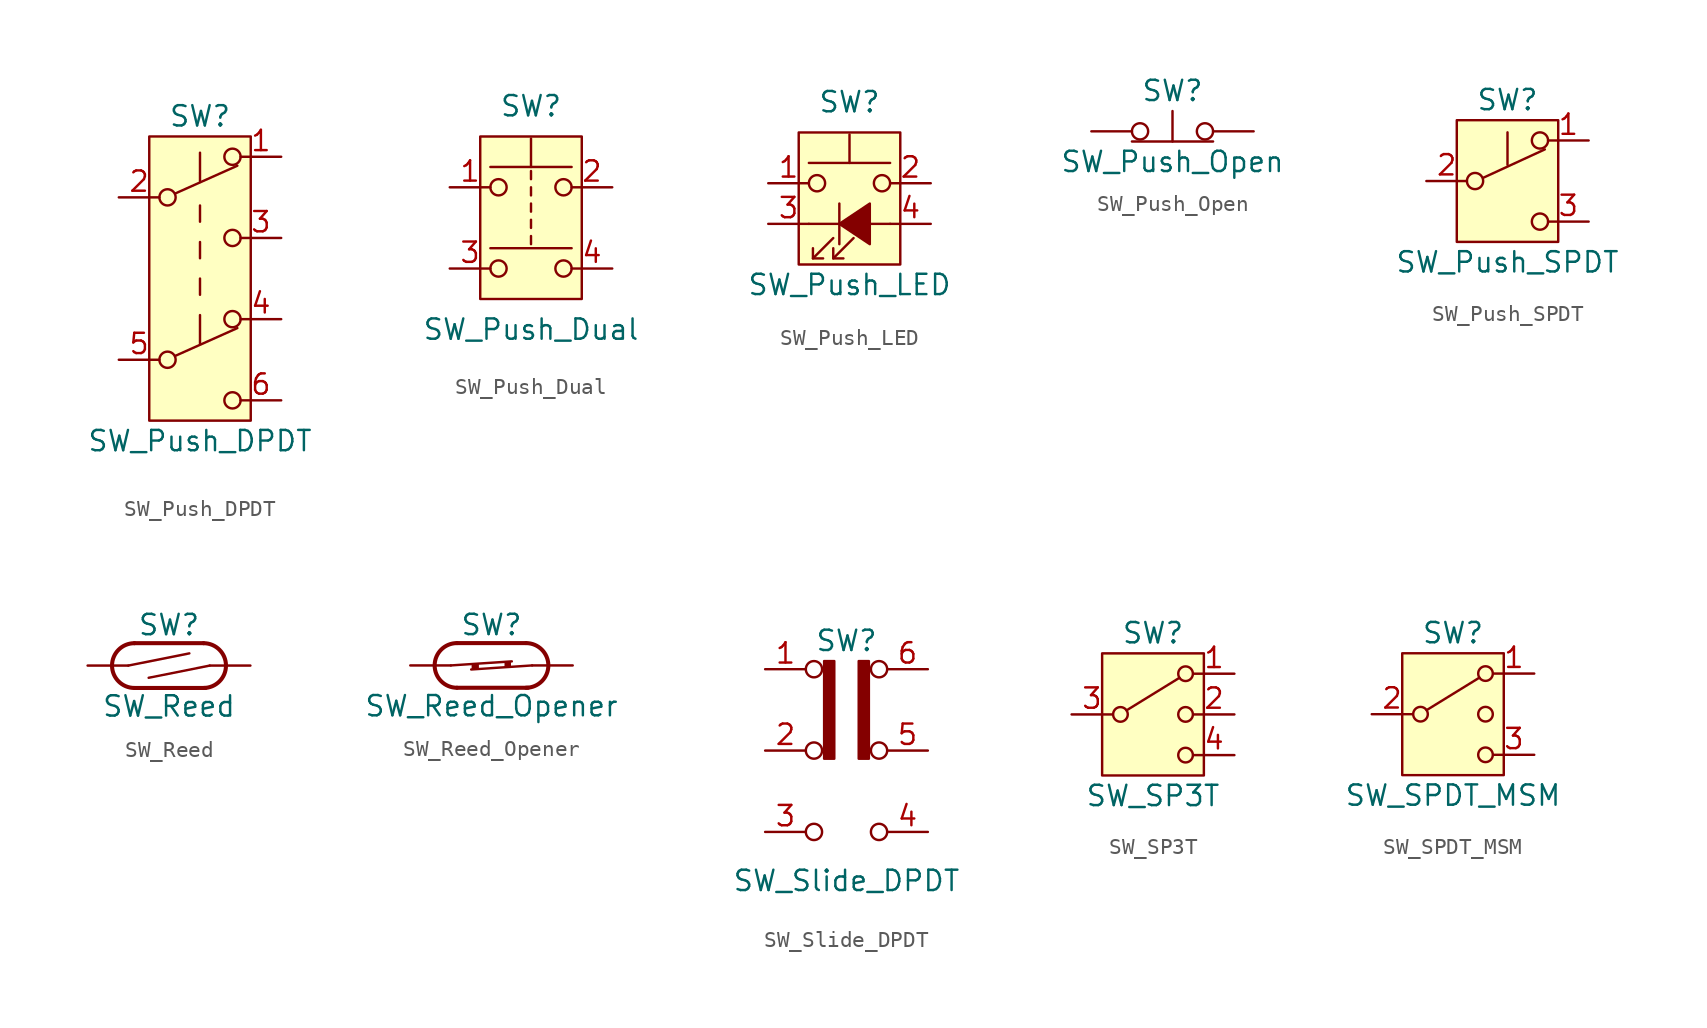
<source format=kicad_sym>
(kicad_symbol_lib
  (version 20231120)
  (generator "kicad_symbol_editor")
  (generator_version "8.0")
  (symbol "SW_Push_DPDT"
    (pin_names
      (offset 0) hide)
    (property "Reference" "SW"
      (at 0 10.16 0)
      (effects (font (size 1.27 1.27))))
    (property "Value" "SW_Push_DPDT"
      (at 0 -10.16 0)
      (effects (font (size 1.27 1.27))))
    (symbol "SW_Push_DPDT_0_0"
      (circle (center -2.032 -5.08) (radius 0.508) (stroke (width 0) (type default)) (fill (type none)))
      (circle (center -2.032 5.08) (radius 0.508) (stroke (width 0) (type default)) (fill (type none)))
      (circle (center 2.032 -7.62) (radius 0.508) (stroke (width 0) (type default)) (fill (type none)))
      (circle (center 2.032 2.54) (radius 0.508) (stroke (width 0) (type default)) (fill (type none))))
    (symbol "SW_Push_DPDT_0_1"
      (polyline (pts (xy -1.524 -4.826) (xy 2.337 -3.099)) (stroke (width 0) (type default)) (fill (type none)))
      (polyline (pts (xy -1.524 5.334) (xy 2.337 7.061)) (stroke (width 0) (type default)) (fill (type none)))
      (polyline (pts (xy 0 -2.286) (xy 0 -4.064)) (stroke (width 0) (type default)) (fill (type none)))
      (polyline (pts (xy 0 -1.016) (xy 0 0)) (stroke (width 0) (type default)) (fill (type none)))
      (polyline (pts (xy 0 1.27) (xy 0 2.286)) (stroke (width 0) (type default)) (fill (type none)))
      (polyline (pts (xy 0 3.556) (xy 0 4.572)) (stroke (width 0) (type default)) (fill (type none)))
      (polyline (pts (xy 0 7.874) (xy 0 6.096)) (stroke (width 0) (type default)) (fill (type none)))
      (circle (center 2.032 -2.54) (radius 0.508) (stroke (width 0) (type default)) (fill (type none)))
      (circle (center 2.032 7.62) (radius 0.508) (stroke (width 0) (type default)) (fill (type none))))
    (symbol "SW_Push_DPDT_1_1"
      (rectangle (start -3.175 8.89) (end 3.175 -8.89) (stroke (width 0) (type default)) (fill (type background)))
      (pin passive line (at 5.08 7.62 180) (length 2.54) (name "A" (effects (font (size 1.27 1.27)))) (number "1" (effects (font (size 1.27 1.27)))))
      (pin passive line (at -5.08 5.08 0) (length 2.54) (name "B" (effects (font (size 1.27 1.27)))) (number "2" (effects (font (size 1.27 1.27)))))
      (pin passive line (at 5.08 2.54 180) (length 2.54) (name "C" (effects (font (size 1.27 1.27)))) (number "3" (effects (font (size 1.27 1.27)))))
      (pin passive line (at 5.08 -2.54 180) (length 2.54) (name "A" (effects (font (size 1.27 1.27)))) (number "4" (effects (font (size 1.27 1.27)))))
      (pin passive line (at -5.08 -5.08 0) (length 2.54) (name "B" (effects (font (size 1.27 1.27)))) (number "5" (effects (font (size 1.27 1.27)))))
      (pin passive line (at 5.08 -7.62 180) (length 2.54) (name "C" (effects (font (size 1.27 1.27)))) (number "6" (effects (font (size 1.27 1.27)))))))
  (symbol "SW_Push_Dual"
    (pin_names
      (offset 1.016) hide)
    (property "Reference" "SW"
      (at 0 7.62 0)
      (effects (font (size 1.27 1.27))))
    (property "Value" "SW_Push_Dual"
      (at 0 -6.35 0)
      (effects (font (size 1.27 1.27))))
    (symbol "SW_Push_Dual_0_1"
      (circle (center -2.032 -2.54) (radius 0.508) (stroke (width 0) (type default)) (fill (type none)))
      (circle (center -2.032 2.54) (radius 0.508) (stroke (width 0) (type default)) (fill (type none)))
      (polyline (pts (xy 0 -0.508) (xy 0 -1.016)) (stroke (width 0) (type default)) (fill (type none)))
      (polyline (pts (xy 0 0.508) (xy 0 0)) (stroke (width 0) (type default)) (fill (type none)))
      (polyline (pts (xy 0 1.016) (xy 0 1.524)) (stroke (width 0) (type default)) (fill (type none)))
      (polyline (pts (xy 0 2.032) (xy 0 2.54)) (stroke (width 0) (type default)) (fill (type none)))
      (polyline (pts (xy 0 3.048) (xy 0 3.556)) (stroke (width 0) (type default)) (fill (type none)))
      (polyline (pts (xy 0 3.81) (xy 0 5.588)) (stroke (width 0) (type default)) (fill (type none)))
      (polyline (pts (xy 2.54 -1.27) (xy -2.54 -1.27)) (stroke (width 0) (type default)) (fill (type none)))
      (polyline (pts (xy 2.54 3.81) (xy -2.54 3.81)) (stroke (width 0) (type default)) (fill (type none)))
      (circle (center 2.032 -2.54) (radius 0.508) (stroke (width 0) (type default)) (fill (type none)))
      (circle (center 2.032 2.54) (radius 0.508) (stroke (width 0) (type default)) (fill (type none)))
      (pin passive line (at -5.08 2.54 0) (length 2.54) (name "1" (effects (font (size 1.27 1.27)))) (number "1" (effects (font (size 1.27 1.27)))))
      (pin passive line (at 5.08 2.54 180) (length 2.54) (name "2" (effects (font (size 1.27 1.27)))) (number "2" (effects (font (size 1.27 1.27)))))
      (pin passive line (at -5.08 -2.54 0) (length 2.54) (name "3" (effects (font (size 1.27 1.27)))) (number "3" (effects (font (size 1.27 1.27)))))
      (pin passive line (at 5.08 -2.54 180) (length 2.54) (name "4" (effects (font (size 1.27 1.27)))) (number "4" (effects (font (size 1.27 1.27))))))
    (symbol "SW_Push_Dual_1_1"
      (rectangle (start -3.175 5.715) (end 3.175 -4.445) (stroke (width 0) (type default)) (fill (type background)))))
  (symbol "SW_Push_LED"
    (pin_names
      (offset 1.016) hide)
    (property "Reference" "SW"
      (at 0 7.62 0)
      (effects (font (size 1.27 1.27))))
    (property "Value" "SW_Push_LED"
      (at 0 -3.81 0)
      (effects (font (size 1.27 1.27))))
    (symbol "SW_Push_LED_0_0"
      (polyline (pts (xy -2.54 0) (xy 2.54 0)) (stroke (width 0) (type default)) (fill (type none)))
      (polyline (pts (xy -2.286 -2.159) (xy -1.016 -0.889)) (stroke (width 0) (type default)) (fill (type none)))
      (polyline (pts (xy -1.016 -2.159) (xy 0.254 -0.889)) (stroke (width 0) (type default)) (fill (type none)))
      (polyline (pts (xy -0.635 1.27) (xy -0.635 -1.27)) (stroke (width 0) (type default)) (fill (type none)))
      (polyline (pts (xy -2.286 -1.524) (xy -2.286 -2.159) (xy -1.651 -2.159)) (stroke (width 0) (type default)) (fill (type none)))
      (polyline (pts (xy -1.016 -1.524) (xy -1.016 -2.159) (xy -0.381 -2.159)) (stroke (width 0) (type default)) (fill (type none)))
      (polyline (pts (xy -0.635 0) (xy 1.27 1.27) (xy 1.27 -1.27) (xy -0.635 0)) (stroke (width 0) (type default)) (fill (type outline))))
    (symbol "SW_Push_LED_0_1"
      (circle (center -2.032 2.54) (radius 0.508) (stroke (width 0) (type default)) (fill (type none)))
      (polyline (pts (xy 0 3.81) (xy 0 5.588)) (stroke (width 0) (type default)) (fill (type none)))
      (polyline (pts (xy 2.54 3.81) (xy -2.54 3.81)) (stroke (width 0) (type default)) (fill (type none)))
      (circle (center 2.032 2.54) (radius 0.508) (stroke (width 0) (type default)) (fill (type none)))
      (pin passive line (at -5.08 2.54 0) (length 2.54) (name "1" (effects (font (size 1.27 1.27)))) (number "1" (effects (font (size 1.27 1.27)))))
      (pin passive line (at 5.08 2.54 180) (length 2.54) (name "2" (effects (font (size 1.27 1.27)))) (number "2" (effects (font (size 1.27 1.27)))))
      (pin passive line (at -5.08 0 0) (length 2.54) (name "K" (effects (font (size 1.27 1.27)))) (number "3" (effects (font (size 1.27 1.27)))))
      (pin passive line (at 5.08 0 180) (length 2.54) (name "A" (effects (font (size 1.27 1.27)))) (number "4" (effects (font (size 1.27 1.27))))))
    (symbol "SW_Push_LED_1_1"
      (rectangle (start -3.175 5.715) (end 3.175 -2.54) (stroke (width 0) (type default)) (fill (type background)))))
  (symbol "SW_Push_Open"
    (pin_numbers hide)
    (pin_names
      (offset 1.016) hide)
    (property "Reference" "SW"
      (at 0 2.54 0)
      (effects (font (size 1.27 1.27))))
    (property "Value" "SW_Push_Open"
      (at 0 -1.905 0)
      (effects (font (size 1.27 1.27))))
    (symbol "SW_Push_Open_0_1"
      (circle (center -2.032 0) (radius 0.508) (stroke (width 0) (type default)) (fill (type none)))
      (polyline (pts (xy -2.54 -0.635) (xy 2.54 -0.635)) (stroke (width 0) (type default)) (fill (type none)))
      (polyline (pts (xy 0 -0.635) (xy 0 1.27)) (stroke (width 0) (type default)) (fill (type none)))
      (circle (center 2.032 0) (radius 0.508) (stroke (width 0) (type default)) (fill (type none)))
      (pin passive line (at -5.08 0 0) (length 2.54) (name "A" (effects (font (size 1.27 1.27)))) (number "1" (effects (font (size 1.27 1.27))))))
    (symbol "SW_Push_Open_1_1"
      (pin passive line (at 5.08 0 180) (length 2.54) (name "B" (effects (font (size 1.27 1.27)))) (number "2" (effects (font (size 1.27 1.27)))))))
  (symbol "SW_Push_SPDT"
    (pin_names
      (offset 0) hide)
    (property "Reference" "SW"
      (at 0 5.08 0)
      (effects (font (size 1.27 1.27))))
    (property "Value" "SW_Push_SPDT"
      (at 0 -5.08 0)
      (effects (font (size 1.27 1.27))))
    (symbol "SW_Push_SPDT_0_0"
      (circle (center -2.032 0) (radius 0.508) (stroke (width 0) (type default)) (fill (type none)))
      (polyline (pts (xy 0 1.016) (xy 0 3.048)) (stroke (width 0) (type default)) (fill (type none)))
      (circle (center 2.032 -2.54) (radius 0.508) (stroke (width 0) (type default)) (fill (type none))))
    (symbol "SW_Push_SPDT_0_1"
      (polyline (pts (xy -1.524 0.203) (xy 2.337 1.981)) (stroke (width 0) (type default)) (fill (type none)))
      (circle (center 2.032 2.54) (radius 0.508) (stroke (width 0) (type default)) (fill (type none))))
    (symbol "SW_Push_SPDT_1_1"
      (rectangle (start -3.175 3.81) (end 3.175 -3.81) (stroke (width 0) (type default)) (fill (type background)))
      (pin passive line (at 5.08 2.54 180) (length 2.54) (name "A" (effects (font (size 1.27 1.27)))) (number "1" (effects (font (size 1.27 1.27)))))
      (pin passive line (at -5.08 0 0) (length 2.54) (name "B" (effects (font (size 1.27 1.27)))) (number "2" (effects (font (size 1.27 1.27)))))
      (pin passive line (at 5.08 -2.54 180) (length 2.54) (name "C" (effects (font (size 1.27 1.27)))) (number "3" (effects (font (size 1.27 1.27)))))))
  (symbol "SW_Reed"
    (pin_numbers hide)
    (pin_names
      (offset 0) hide)
    (property "Reference" "SW"
      (at 0 2.54 0)
      (effects (font (size 1.27 1.27))))
    (property "Value" "SW_Reed"
      (at 0 -2.54 0)
      (effects (font (size 1.27 1.27))))
    (symbol "SW_Reed_0_0"
      (arc (start -2.159 1.397) (mid -3.55 0) (end -2.159 -1.397) (stroke (width 0.254) (type default)) (fill (type none)))
      (polyline (pts (xy -2.54 0) (xy 1.27 0.762)) (stroke (width 0) (type default)) (fill (type none)))
      (polyline (pts (xy -2.159 -1.397) (xy 2.286 -1.397)) (stroke (width 0.254) (type default)) (fill (type none)))
      (polyline (pts (xy 2.159 1.397) (xy -2.159 1.397)) (stroke (width 0.254) (type default)) (fill (type none)))
      (polyline (pts (xy 2.54 0) (xy -1.27 -0.762)) (stroke (width 0) (type default)) (fill (type none)))
      (arc (start 2.159 -1.397) (mid 3.55 0) (end 2.159 1.397) (stroke (width 0.254) (type default)) (fill (type none))))
    (symbol "SW_Reed_1_1"
      (pin passive line (at -5.08 0 0) (length 2.54) (name "1" (effects (font (size 1.27 1.27)))) (number "1" (effects (font (size 1.27 1.27)))))
      (pin passive line (at 5.08 0 180) (length 2.54) (name "2" (effects (font (size 1.27 1.27)))) (number "2" (effects (font (size 1.27 1.27)))))))
  (symbol "SW_Reed_Opener"
    (pin_numbers hide)
    (pin_names
      (offset 0) hide)
    (property "Reference" "SW"
      (at 0 2.54 0)
      (effects (font (size 1.27 1.27))))
    (property "Value" "SW_Reed_Opener"
      (at 0 -2.54 0)
      (effects (font (size 1.27 1.27))))
    (symbol "SW_Reed_Opener_0_0"
      (arc (start -2.159 1.397) (mid -3.55 0) (end -2.159 -1.397) (stroke (width 0.254) (type default)) (fill (type none)))
      (polyline (pts (xy -2.54 0) (xy 1.27 0.254)) (stroke (width 0) (type default)) (fill (type none)))
      (polyline (pts (xy -2.159 -1.397) (xy 2.286 -1.397)) (stroke (width 0.254) (type default)) (fill (type none)))
      (polyline (pts (xy 2.159 1.397) (xy -2.159 1.397)) (stroke (width 0.254) (type default)) (fill (type none)))
      (polyline (pts (xy 2.54 0) (xy -1.27 -0.254)) (stroke (width 0) (type default)) (fill (type none)))
      (arc (start 2.159 -1.397) (mid 3.55 0) (end 2.159 1.397) (stroke (width 0.254) (type default)) (fill (type none))))
    (symbol "SW_Reed_Opener_0_1"
      (rectangle (start -1.168 0.051) (end -0.864 -0.203) (stroke (width 0) (type default)) (fill (type outline)))
      (rectangle (start 0.889 0.178) (end 1.143 -0.076) (stroke (width 0) (type default)) (fill (type outline))))
    (symbol "SW_Reed_Opener_1_1"
      (pin passive line (at -5.08 0 0) (length 2.54) (name "1" (effects (font (size 1.27 1.27)))) (number "1" (effects (font (size 1.27 1.27)))))
      (pin passive line (at 5.08 0 180) (length 2.54) (name "2" (effects (font (size 1.27 1.27)))) (number "2" (effects (font (size 1.27 1.27)))))))
  (symbol "SW_Slide_DPDT"
    (pin_names
      (offset 0) hide)
    (property "Reference" "SW"
      (at 0 6.858 0)
      (effects (font (size 1.27 1.27))))
    (property "Value" "SW_Slide_DPDT"
      (at 0 -8.128 0)
      (effects (font (size 1.27 1.27))))
    (symbol "SW_Slide_DPDT_0_0"
      (circle (center -2.032 -5.08) (radius 0.508) (stroke (width 0) (type default)) (fill (type none)))
      (circle (center -2.032 5.08) (radius 0.508) (stroke (width 0) (type default)) (fill (type none)))
      (circle (center 2.032 -5.08) (radius 0.508) (stroke (width 0) (type default)) (fill (type none)))
      (circle (center 2.032 0) (radius 0.508) (stroke (width 0) (type default)) (fill (type none))))
    (symbol "SW_Slide_DPDT_0_1"
      (circle (center -2.032 0) (radius 0.508) (stroke (width 0) (type default)) (fill (type none)))
      (circle (center 2.032 5.08) (radius 0.508) (stroke (width 0) (type default)) (fill (type none))))
    (symbol "SW_Slide_DPDT_1_1"
      (rectangle (start -1.397 5.588) (end -0.762 -0.508) (stroke (width 0) (type default)) (fill (type outline)))
      (rectangle (start 0.762 5.588) (end 1.397 -0.508) (stroke (width 0) (type default)) (fill (type outline)))
      (pin passive line (at -5.08 5.08 0) (length 2.54) (name "A" (effects (font (size 1.27 1.27)))) (number "1" (effects (font (size 1.27 1.27)))))
      (pin passive line (at -5.08 0 0) (length 2.54) (name "B" (effects (font (size 1.27 1.27)))) (number "2" (effects (font (size 1.27 1.27)))))
      (pin passive line (at -5.08 -5.08 0) (length 2.54) (name "C" (effects (font (size 1.27 1.27)))) (number "3" (effects (font (size 1.27 1.27)))))
      (pin passive line (at 5.08 -5.08 180) (length 2.54) (name "A" (effects (font (size 1.27 1.27)))) (number "4" (effects (font (size 1.27 1.27)))))
      (pin passive line (at 5.08 0 180) (length 2.54) (name "B" (effects (font (size 1.27 1.27)))) (number "5" (effects (font (size 1.27 1.27)))))
      (pin passive line (at 5.08 5.08 180) (length 2.54) (name "C" (effects (font (size 1.27 1.27)))) (number "6" (effects (font (size 1.27 1.27)))))))
  (symbol "SW_SP3T"
    (pin_names
      (offset 0) hide)
    (property "Reference" "SW"
      (at 0 5.08 0)
      (effects (font (size 1.27 1.27))))
    (property "Value" "SW_SP3T"
      (at 0 -5.08 0)
      (effects (font (size 1.27 1.27))))
    (symbol "SW_SP3T_0_1"
      (circle (center -2.032 0) (radius 0.457) (stroke (width 0) (type default)) (fill (type none)))
      (polyline (pts (xy -1.651 0.254) (xy 1.651 2.286)) (stroke (width 0) (type default)) (fill (type none)))
      (circle (center 2.032 -2.54) (radius 0.457) (stroke (width 0) (type default)) (fill (type none)))
      (circle (center 2.032 0) (radius 0.457) (stroke (width 0) (type default)) (fill (type none)))
      (circle (center 2.032 2.54) (radius 0.457) (stroke (width 0) (type default)) (fill (type none))))
    (symbol "SW_SP3T_1_1"
      (rectangle (start -3.175 3.81) (end 3.175 -3.81) (stroke (width 0) (type default)) (fill (type background)))
      (pin passive line (at 5.08 2.54 180) (length 2.54) (name "1" (effects (font (size 1.27 1.27)))) (number "1" (effects (font (size 1.27 1.27)))))
      (pin passive line (at 5.08 0 180) (length 2.54) (name "2" (effects (font (size 1.27 1.27)))) (number "2" (effects (font (size 1.27 1.27)))))
      (pin passive line (at -5.08 0 0) (length 2.54) (name "3" (effects (font (size 1.27 1.27)))) (number "3" (effects (font (size 1.27 1.27)))))
      (pin passive line (at 5.08 -2.54 180) (length 2.54) (name "4" (effects (font (size 1.27 1.27)))) (number "4" (effects (font (size 1.27 1.27)))))))
  (symbol "SW_SPDT_MSM"
    (pin_names
      (offset 0) hide)
    (property "Reference" "SW"
      (at 0 5.08 0)
      (effects (font (size 1.27 1.27))))
    (property "Value" "SW_SPDT_MSM"
      (at 0 -5.08 0)
      (effects (font (size 1.27 1.27))))
    (symbol "SW_SPDT_MSM_0_1"
      (circle (center -2.032 0) (radius 0.457) (stroke (width 0) (type default)) (fill (type none)))
      (polyline (pts (xy -1.651 0.254) (xy 1.651 2.286)) (stroke (width 0) (type default)) (fill (type none)))
      (circle (center 2.032 -2.54) (radius 0.457) (stroke (width 0) (type default)) (fill (type none)))
      (circle (center 2.032 0) (radius 0.457) (stroke (width 0) (type default)) (fill (type none)))
      (circle (center 2.032 2.54) (radius 0.457) (stroke (width 0) (type default)) (fill (type none))))
    (symbol "SW_SPDT_MSM_1_1"
      (rectangle (start -3.175 3.81) (end 3.175 -3.81) (stroke (width 0) (type default)) (fill (type background)))
      (pin passive line (at 5.08 2.54 180) (length 2.54) (name "1" (effects (font (size 1.27 1.27)))) (number "1" (effects (font (size 1.27 1.27)))))
      (pin passive line (at -5.08 0 0) (length 2.54) (name "3" (effects (font (size 1.27 1.27)))) (number "2" (effects (font (size 1.27 1.27)))))
      (pin passive line (at 5.08 -2.54 180) (length 2.54) (name "4" (effects (font (size 1.27 1.27)))) (number "3" (effects (font (size 1.27 1.27))))))))
</source>
